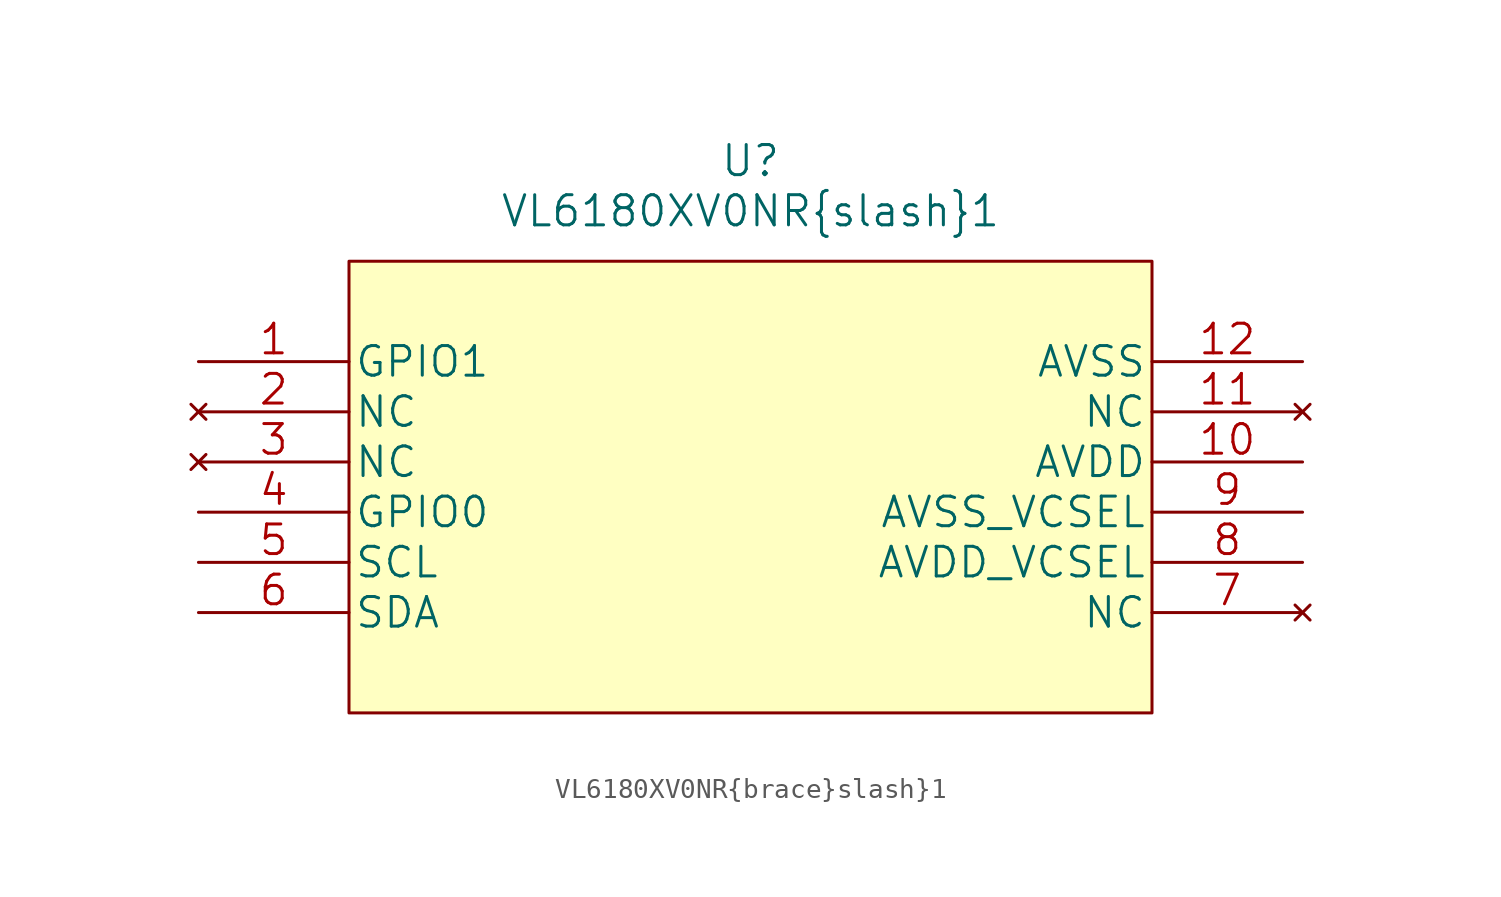
<source format=kicad_sym>
(kicad_symbol_lib
  (version 20211014)
  (generator kicad_symbol_editor)
  (symbol "VL6180XV0NR{brace}slash}1"
    (pin_names
      (offset 0.254))
    (property "Reference" "U"
      (at 27.94 10.16 0)
      (effects (font (size 1.524 1.524))))
    (property "Value" "VL6180XV0NR{brace}slash}1"
      (at 27.94 7.62 0)
      (effects (font (size 1.524 1.524))))
    (symbol "VL6180XV0NR{brace}slash}1_1_1"
      (rectangle (start 7.62 5.08) (end 48.26 -17.78) (stroke (width 0) (type default) (color 0 0 0 0)) (fill (type background)))
      (pin bidirectional line (at 0 0 0) (length 7.62) (name "GPIO1" (effects (font (size 1.499 1.499)))) (number "1" (effects (font (size 1.499 1.499)))))
      (pin power_in line (at 55.88 -5.08 180) (length 7.62) (name "AVDD" (effects (font (size 1.499 1.499)))) (number "10" (effects (font (size 1.499 1.499)))))
      (pin no_connect line (at 55.88 -2.54 180) (length 7.62) (name "NC" (effects (font (size 1.499 1.499)))) (number "11" (effects (font (size 1.499 1.499)))))
      (pin power_in line (at 55.88 0 180) (length 7.62) (name "AVSS" (effects (font (size 1.499 1.499)))) (number "12" (effects (font (size 1.499 1.499)))))
      (pin no_connect line (at 0 -2.54 0) (length 7.62) (name "NC" (effects (font (size 1.499 1.499)))) (number "2" (effects (font (size 1.499 1.499)))))
      (pin no_connect line (at 0 -5.08 0) (length 7.62) (name "NC" (effects (font (size 1.499 1.499)))) (number "3" (effects (font (size 1.499 1.499)))))
      (pin bidirectional line (at 0 -7.62 0) (length 7.62) (name "GPIO0" (effects (font (size 1.499 1.499)))) (number "4" (effects (font (size 1.499 1.499)))))
      (pin input line (at 0 -10.16 0) (length 7.62) (name "SCL" (effects (font (size 1.499 1.499)))) (number "5" (effects (font (size 1.499 1.499)))))
      (pin bidirectional line (at 0 -12.7 0) (length 7.62) (name "SDA" (effects (font (size 1.499 1.499)))) (number "6" (effects (font (size 1.499 1.499)))))
      (pin no_connect line (at 55.88 -12.7 180) (length 7.62) (name "NC" (effects (font (size 1.499 1.499)))) (number "7" (effects (font (size 1.499 1.499)))))
      (pin power_in line (at 55.88 -10.16 180) (length 7.62) (name "AVDD_VCSEL" (effects (font (size 1.499 1.499)))) (number "8" (effects (font (size 1.499 1.499)))))
      (pin power_in line (at 55.88 -7.62 180) (length 7.62) (name "AVSS_VCSEL" (effects (font (size 1.499 1.499)))) (number "9" (effects (font (size 1.499 1.499))))))))
</source>
